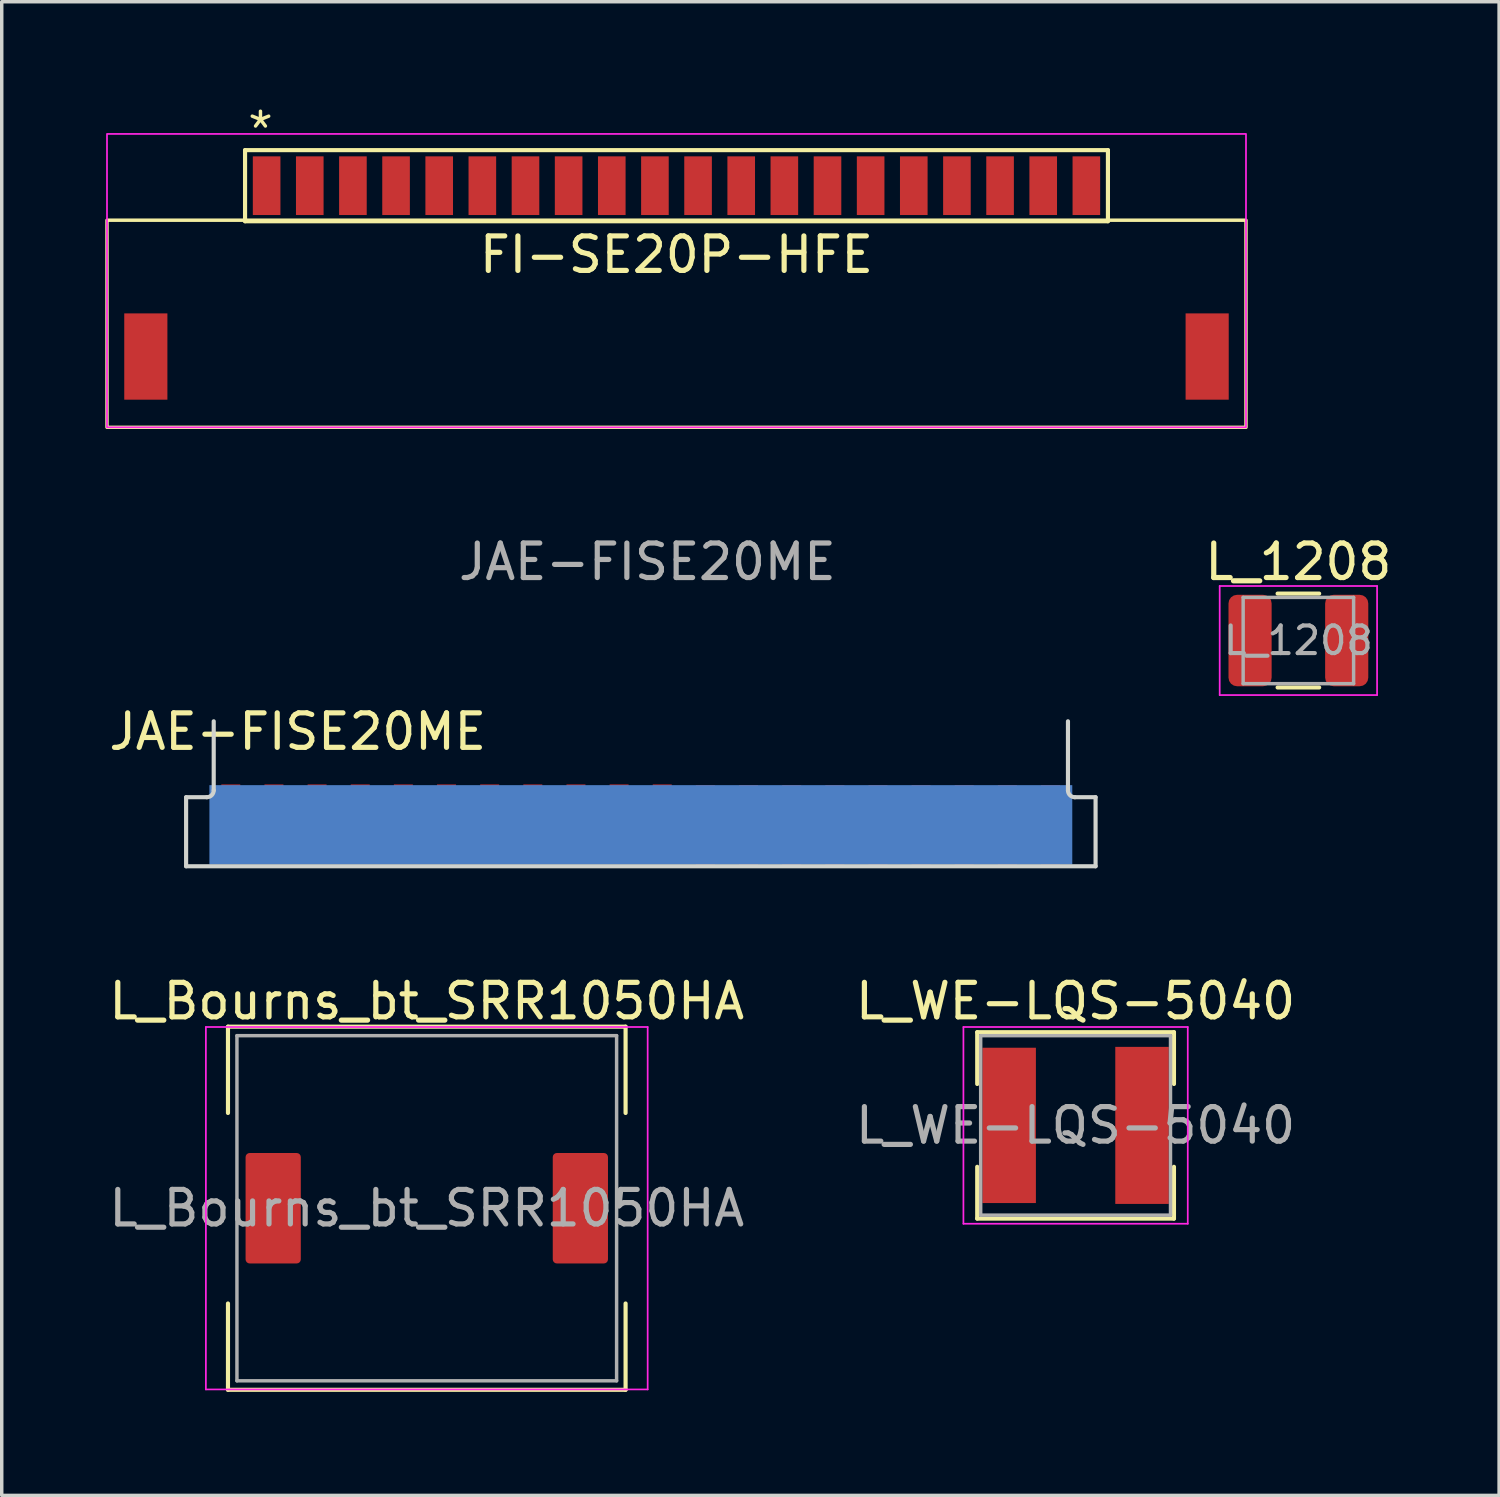
<source format=kicad_pcb>
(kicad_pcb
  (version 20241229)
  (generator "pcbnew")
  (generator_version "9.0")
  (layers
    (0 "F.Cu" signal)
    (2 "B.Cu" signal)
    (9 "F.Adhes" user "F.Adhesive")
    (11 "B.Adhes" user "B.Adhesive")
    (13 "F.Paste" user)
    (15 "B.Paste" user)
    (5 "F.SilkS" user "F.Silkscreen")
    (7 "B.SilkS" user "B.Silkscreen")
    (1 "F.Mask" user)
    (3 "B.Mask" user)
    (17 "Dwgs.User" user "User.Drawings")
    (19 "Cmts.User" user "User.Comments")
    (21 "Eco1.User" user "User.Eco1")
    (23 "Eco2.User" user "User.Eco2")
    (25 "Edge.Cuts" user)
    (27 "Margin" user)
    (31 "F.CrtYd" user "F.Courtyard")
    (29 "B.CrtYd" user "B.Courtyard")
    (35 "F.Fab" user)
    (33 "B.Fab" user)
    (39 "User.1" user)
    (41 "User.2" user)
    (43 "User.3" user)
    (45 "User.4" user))
  (footprint "JAE-FISE20ME"
    (layer "F.Cu")
    (at 15.517 20.848)
    (property "Reference" "JAE-FISE20ME" (at -9.94 -2.7 0) (unlocked yes) (layer "F.SilkS") (effects (font (size 1 1) (thickness 0.15))))
    (attr smd)
    (fp_line (start -13.175 1.2) (end -13.175 -0.8) (stroke (width 0.12) (type default)) (layer "Edge.Cuts"))
    (fp_line (start -13.175 1.2) (end 13.175 1.2) (stroke (width 0.12) (type default)) (layer "Edge.Cuts"))
    (fp_line (start -12.575 -0.8) (end -13.175 -0.8) (stroke (width 0.12) (type default)) (layer "Edge.Cuts"))
    (fp_line (start -12.375 -1) (end -12.375 -3) (stroke (width 0.12) (type default)) (layer "Edge.Cuts"))
    (fp_line (start 12.375 -1) (end 12.375 -3) (stroke (width 0.12) (type default)) (layer "Edge.Cuts"))
    (fp_line (start 12.575 -0.8) (end 13.175 -0.8) (stroke (width 0.12) (type default)) (layer "Edge.Cuts"))
    (fp_line (start 13.175 1.2) (end 13.175 -0.8) (stroke (width 0.12) (type default)) (layer "Edge.Cuts"))
    (fp_arc (start -12.375 -1) (mid -12.433578 -0.858578) (end -12.575 -0.8) (stroke (width 0.12) (type default)) (layer "Edge.Cuts"))
    (fp_arc (start 12.575 -0.8) (mid 12.433577 -0.858577) (end 12.375 -1) (stroke (width 0.12) (type default)) (layer "Edge.Cuts"))
    (fp_text user "${REFERENCE}" (at 0.19 -7.62 0) (unlocked yes) (layer "F.Fab") (effects (font (size 1 1) (thickness 0.15))))
    (pad "0" smd rect (at 0 0) (size 25 2.3) (layers "B.Cu" "B.Mask" "B.Paste"))
    (pad "1" smd rect (at -11.88 -0.02) (size 0.55 2.3) (layers "F.Cu" "F.Mask" "F.Paste"))
    (pad "2" smd rect (at -10.63 -0.02) (size 0.55 2.3) (layers "F.Cu" "F.Mask" "F.Paste"))
    (pad "3" smd rect (at -9.38 -0.02) (size 0.55 2.3) (layers "F.Cu" "F.Mask" "F.Paste"))
    (pad "4" smd rect (at -8.13 -0.02) (size 0.55 2.3) (layers "F.Cu" "F.Mask" "F.Paste"))
    (pad "5" smd rect (at -6.88 -0.02) (size 0.55 2.3) (layers "F.Cu" "F.Mask" "F.Paste"))
    (pad "6" smd rect (at -5.63 -0.02) (size 0.55 2.3) (layers "F.Cu" "F.Mask" "F.Paste"))
    (pad "7" smd rect (at -4.38 -0.02) (size 0.55 2.3) (layers "F.Cu" "F.Mask" "F.Paste"))
    (pad "8" smd rect (at -3.13 -0.02) (size 0.55 2.3) (layers "F.Cu" "F.Mask" "F.Paste"))
    (pad "9" smd rect (at -1.88 -0.02) (size 0.55 2.3) (layers "F.Cu" "F.Mask" "F.Paste"))
    (pad "10" smd rect (at -0.63 -0.02) (size 0.55 2.3) (layers "F.Cu" "F.Mask" "F.Paste"))
    (pad "11" smd rect (at 0.62 -0.02) (size 0.55 2.3) (layers "F.Cu" "F.Mask" "F.Paste"))
    (pad "12" smd rect (at 1.87 0) (size 0.55 2.3) (layers "F.Cu" "F.Mask" "F.Paste"))
    (pad "13" smd rect (at 3.12 0) (size 0.55 2.3) (layers "F.Cu" "F.Mask" "F.Paste"))
    (pad "14" smd rect (at 4.37 0) (size 0.55 2.3) (layers "F.Cu" "F.Mask" "F.Paste"))
    (pad "15" smd rect (at 5.62 0) (size 0.55 2.3) (layers "F.Cu" "F.Mask" "F.Paste"))
    (pad "16" smd rect (at 6.87 0) (size 0.55 2.3) (layers "F.Cu" "F.Mask" "F.Paste"))
    (pad "17" smd rect (at 8.12 0) (size 0.55 2.3) (layers "F.Cu" "F.Mask" "F.Paste"))
    (pad "18" smd rect (at 9.37 0) (size 0.55 2.3) (layers "F.Cu" "F.Mask" "F.Paste"))
    (pad "19" smd rect (at 10.62 0) (size 0.55 2.3) (layers "F.Cu" "F.Mask" "F.Paste"))
    (pad "20" smd rect (at 11.87 0) (size 0.55 2.3) (layers "F.Cu" "F.Mask" "F.Paste")))
  (footprint "L_WE-LQS-5040"
    (layer "F.Cu")
    (at 28.113 29.556)
    (property "Reference" "L_WE-LQS-5040" (at 0 -3.6 0) (layer "F.SilkS") (effects (font (size 1 1) (thickness 0.15))))
    (attr smd)
    (fp_line (start -2.85 -2.7) (end 2.85 -2.7) (stroke (width 0.12) (type solid)) (layer "F.SilkS"))
    (fp_line (start -2.85 -1.2) (end -2.85 -2.7) (stroke (width 0.12) (type solid)) (layer "F.SilkS"))
    (fp_line (start -2.85 1.2) (end -2.85 2.7) (stroke (width 0.12) (type solid)) (layer "F.SilkS"))
    (fp_line (start -2.85 2.7) (end 2.85 2.7) (stroke (width 0.12) (type solid)) (layer "F.SilkS"))
    (fp_line (start 2.85 -2.7) (end 2.85 -1.2) (stroke (width 0.12) (type solid)) (layer "F.SilkS"))
    (fp_line (start 2.85 2.7) (end 2.85 1.2) (stroke (width 0.12) (type solid)) (layer "F.SilkS"))
    (fp_line (start -3.25 -2.85) (end -3.25 2.85) (stroke (width 0.05) (type solid)) (layer "F.CrtYd"))
    (fp_line (start -3.25 2.85) (end 3.25 2.85) (stroke (width 0.05) (type solid)) (layer "F.CrtYd"))
    (fp_line (start 3.25 -2.85) (end -3.25 -2.85) (stroke (width 0.05) (type solid)) (layer "F.CrtYd"))
    (fp_line (start 3.25 2.85) (end 3.25 -2.85) (stroke (width 0.05) (type solid)) (layer "F.CrtYd"))
    (fp_line (start -2.75 -2.6) (end -2.75 2.6) (stroke (width 0.1) (type solid)) (layer "F.Fab"))
    (fp_line (start -2.75 2.6) (end 2.75 2.6) (stroke (width 0.1) (type solid)) (layer "F.Fab"))
    (fp_line (start 2.75 -2.6) (end -2.75 -2.6) (stroke (width 0.1) (type solid)) (layer "F.Fab"))
    (fp_line (start 2.75 2.6) (end 2.75 -2.6) (stroke (width 0.1) (type solid)) (layer "F.Fab"))
    (fp_text user "${REFERENCE}" (at 0 0 0) (layer "F.Fab") (effects (font (size 1 1) (thickness 0.15))))
    (pad "1" smd rect (at -1.925 0) (size 1.55 4.5) (layers "F.Cu" "F.Mask" "F.Paste"))
    (pad "2" smd rect (at 1.925 0) (size 1.55 4.55) (layers "F.Cu" "F.Mask" "F.Paste")))
  (footprint "FI-SE20P-HFE"
    (layer "F.Cu")
    (at 16.55 2.33)
    (property "Reference" "FI-SE20P-HFE" (at 0 2 0) (layer "F.SilkS") (effects (font (size 1 1) (thickness 0.15))))
    (attr smd)
    (fp_line (start -12.5 -1.03) (end 12.5 -1.03) (stroke (width 0.12) (type default)) (layer "F.SilkS"))
    (fp_line (start -12.5 1.03) (end -12.5 -1.03) (stroke (width 0.12) (type default)) (layer "F.SilkS"))
    (fp_line (start -12.5 1.03) (end 12.5 1.03) (stroke (width 0.12) (type default)) (layer "F.SilkS"))
    (fp_line (start 12.5 1.03) (end 12.5 -1.03) (stroke (width 0.12) (type default)) (layer "F.SilkS"))
    (fp_rect (start -16.5 1) (end 16.5 7) (stroke (width 0.1) (type default)) (fill no) (layer "F.SilkS"))
    (fp_rect (start -16.5 -1.5) (end 16.5 7) (stroke (width 0.05) (type default)) (fill no) (layer "F.CrtYd"))
    (fp_text user "*" (at -12.5 -1.03 0) (unlocked yes) (layer "F.SilkS") (effects (font (size 1 1) (thickness 0.1)) (justify left bottom)))
    (pad "0" smd rect (at -15.375 4.95) (size 1.25 2.5) (layers "F.Cu" "F.Mask" "F.Paste"))
    (pad "0" smd rect (at 15.375 4.95) (size 1.25 2.5) (layers "F.Cu" "F.Mask" "F.Paste"))
    (pad "1" smd rect (at -11.875 0) (size 0.8 1.7) (layers "F.Cu" "F.Mask" "F.Paste"))
    (pad "2" smd rect (at -10.625 0) (size 0.8 1.7) (layers "F.Cu" "F.Mask" "F.Paste"))
    (pad "3" smd rect (at -9.375 0) (size 0.8 1.7) (layers "F.Cu" "F.Mask" "F.Paste"))
    (pad "4" smd rect (at -8.125 0) (size 0.8 1.7) (layers "F.Cu" "F.Mask" "F.Paste"))
    (pad "5" smd rect (at -6.875 0) (size 0.8 1.7) (layers "F.Cu" "F.Mask" "F.Paste"))
    (pad "6" smd rect (at -5.625 0) (size 0.8 1.7) (layers "F.Cu" "F.Mask" "F.Paste"))
    (pad "7" smd rect (at -4.375 0) (size 0.8 1.7) (layers "F.Cu" "F.Mask" "F.Paste"))
    (pad "8" smd rect (at -3.125 0) (size 0.8 1.7) (layers "F.Cu" "F.Mask" "F.Paste"))
    (pad "9" smd rect (at -1.875 0) (size 0.8 1.7) (layers "F.Cu" "F.Mask" "F.Paste"))
    (pad "10" smd rect (at -0.625 0) (size 0.8 1.7) (layers "F.Cu" "F.Mask" "F.Paste"))
    (pad "11" smd rect (at 0.625 0) (size 0.8 1.7) (layers "F.Cu" "F.Mask" "F.Paste"))
    (pad "12" smd rect (at 1.875 0) (size 0.8 1.7) (layers "F.Cu" "F.Mask" "F.Paste"))
    (pad "13" smd rect (at 3.125 0) (size 0.8 1.7) (layers "F.Cu" "F.Mask" "F.Paste"))
    (pad "14" smd rect (at 4.375 0) (size 0.8 1.7) (layers "F.Cu" "F.Mask" "F.Paste"))
    (pad "15" smd rect (at 5.625 0) (size 0.8 1.7) (layers "F.Cu" "F.Mask" "F.Paste"))
    (pad "16" smd rect (at 6.875 0) (size 0.8 1.7) (layers "F.Cu" "F.Mask" "F.Paste"))
    (pad "17" smd rect (at 8.125 0) (size 0.8 1.7) (layers "F.Cu" "F.Mask" "F.Paste"))
    (pad "18" smd rect (at 9.375 0) (size 0.8 1.7) (layers "F.Cu" "F.Mask" "F.Paste"))
    (pad "19" smd rect (at 10.625 0) (size 0.8 1.7) (layers "F.Cu" "F.Mask" "F.Paste"))
    (pad "20" smd rect (at 11.875 0) (size 0.8 1.7) (layers "F.Cu" "F.Mask" "F.Paste")))
  (footprint "L_Bourns_bt_SRR1050HA"
    (layer "F.Cu")
    (at 9.315 31.956)
    (property "Reference" "L_Bourns_bt_SRR1050HA" (at 0 -6 0) (layer "F.SilkS") (effects (font (size 1 1) (thickness 0.15))))
    (attr smd)
    (fp_line (start -5.76 -5.26) (end -5.76 -2.76) (stroke (width 0.12) (type solid)) (layer "F.SilkS"))
    (fp_line (start -5.76 -5.26) (end 5.76 -5.26) (stroke (width 0.12) (type solid)) (layer "F.SilkS"))
    (fp_line (start -5.76 5.26) (end -5.76 2.76) (stroke (width 0.12) (type solid)) (layer "F.SilkS"))
    (fp_line (start -5.76 5.26) (end 5.76 5.26) (stroke (width 0.12) (type solid)) (layer "F.SilkS"))
    (fp_line (start 5.76 -5.26) (end 5.76 -2.76) (stroke (width 0.12) (type solid)) (layer "F.SilkS"))
    (fp_line (start 5.76 5.26) (end 5.76 2.76) (stroke (width 0.12) (type solid)) (layer "F.SilkS"))
    (fp_line (start -6.4 -5.25) (end -6.4 5.25) (stroke (width 0.05) (type solid)) (layer "F.CrtYd"))
    (fp_line (start -6.4 5.25) (end 6.4 5.25) (stroke (width 0.05) (type solid)) (layer "F.CrtYd"))
    (fp_line (start 6.4 -5.25) (end -6.4 -5.25) (stroke (width 0.05) (type solid)) (layer "F.CrtYd"))
    (fp_line (start 6.4 5.25) (end 6.4 -5.25) (stroke (width 0.05) (type solid)) (layer "F.CrtYd"))
    (fp_line (start -5.5 -5) (end -5.5 5) (stroke (width 0.1) (type solid)) (layer "F.Fab"))
    (fp_line (start -5.5 5) (end 5.5 5) (stroke (width 0.1) (type solid)) (layer "F.Fab"))
    (fp_line (start 5.5 -5) (end -5.5 -5) (stroke (width 0.1) (type solid)) (layer "F.Fab"))
    (fp_line (start 5.5 5) (end 5.5 -5) (stroke (width 0.1) (type solid)) (layer "F.Fab"))
    (fp_text user "${REFERENCE}" (at 0 0 0) (layer "F.Fab") (effects (font (size 1 1) (thickness 0.15))))
    (pad "1" smd roundrect (at -4.45 0) (size 1.6 3.2) (layers "F.Cu" "F.Mask" "F.Paste") (roundrect_rratio 0.074))
    (pad "2" smd roundrect (at 4.45 0) (size 1.6 3.2) (layers "F.Cu" "F.Mask" "F.Paste") (roundrect_rratio 0.074)))
  (footprint "L_1208"
    (layer "F.Cu")
    (at 34.568 15.508)
    (property "Reference" "L_1208" (at 0 -2.28 0) (layer "F.SilkS") (effects (font (size 1 1) (thickness 0.15))))
    (attr smd)
    (fp_line (start -0.602 -1.36) (end 0.602 -1.36) (stroke (width 0.12) (type solid)) (layer "F.SilkS"))
    (fp_line (start -0.602 1.36) (end 0.602 1.36) (stroke (width 0.12) (type solid)) (layer "F.SilkS"))
    (fp_line (start -2.28 -1.58) (end 2.28 -1.58) (stroke (width 0.05) (type solid)) (layer "F.CrtYd"))
    (fp_line (start -2.28 1.58) (end -2.28 -1.58) (stroke (width 0.05) (type solid)) (layer "F.CrtYd"))
    (fp_line (start 2.28 -1.58) (end 2.28 1.58) (stroke (width 0.05) (type solid)) (layer "F.CrtYd"))
    (fp_line (start 2.28 1.58) (end -2.28 1.58) (stroke (width 0.05) (type solid)) (layer "F.CrtYd"))
    (fp_line (start -1.6 -1.25) (end 1.6 -1.25) (stroke (width 0.1) (type solid)) (layer "F.Fab"))
    (fp_line (start -1.6 1.25) (end -1.6 -1.25) (stroke (width 0.1) (type solid)) (layer "F.Fab"))
    (fp_line (start 1.6 -1.25) (end 1.6 1.25) (stroke (width 0.1) (type solid)) (layer "F.Fab"))
    (fp_line (start 1.6 1.25) (end -1.6 1.25) (stroke (width 0.1) (type solid)) (layer "F.Fab"))
    (fp_text user "${REFERENCE}" (at 0 0 0) (layer "F.Fab") (effects (font (size 0.8 0.8) (thickness 0.12))))
    (pad "1" smd roundrect (at -1.4 0) (size 1.25 2.65) (layers "F.Cu" "F.Mask" "F.Paste") (roundrect_rratio 0.2))
    (pad "2" smd roundrect (at 1.4 0) (size 1.25 2.65) (layers "F.Cu" "F.Mask" "F.Paste") (roundrect_rratio 0.2)))
  (gr_rect
    (start -3 -3)
    (end 40.383 40.276)
    (stroke (width 0.1) (type default))
    (fill no)
    (layer "Edge.Cuts")))
</source>
